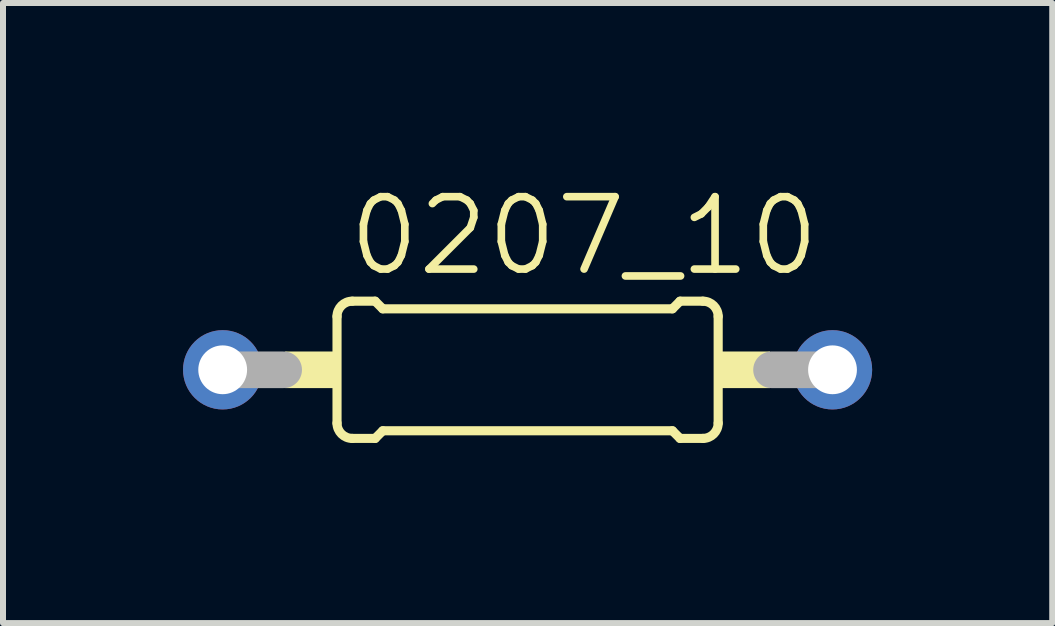
<source format=kicad_pcb>
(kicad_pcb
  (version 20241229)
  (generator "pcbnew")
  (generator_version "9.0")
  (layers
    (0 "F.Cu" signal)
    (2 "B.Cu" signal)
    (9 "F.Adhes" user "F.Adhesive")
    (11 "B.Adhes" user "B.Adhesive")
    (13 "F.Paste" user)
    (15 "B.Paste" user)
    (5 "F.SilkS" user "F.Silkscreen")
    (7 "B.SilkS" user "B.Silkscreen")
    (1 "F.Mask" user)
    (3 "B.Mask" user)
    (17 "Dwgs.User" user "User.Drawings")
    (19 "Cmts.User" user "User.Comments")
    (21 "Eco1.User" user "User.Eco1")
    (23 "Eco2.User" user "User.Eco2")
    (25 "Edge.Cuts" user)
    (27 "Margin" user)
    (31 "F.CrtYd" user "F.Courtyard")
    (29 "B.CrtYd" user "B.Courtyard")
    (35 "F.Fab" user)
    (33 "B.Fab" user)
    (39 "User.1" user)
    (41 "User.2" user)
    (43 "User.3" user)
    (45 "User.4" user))
  (footprint "0207_10"
    (layer "F.Cu")
    (at 5.74 3.111)
    (property "Reference" "0207_10" (at -3.048 -1.524 0) (layer "F.SilkS") (effects (font (size 1.206 1.206) (thickness 0.127)) (justify left bottom)))
    (attr through_hole)
    (fp_line (start -3.175 0.889) (end -3.175 -0.889) (stroke (width 0.152) (type solid)) (layer "F.SilkS"))
    (fp_line (start -2.921 -1.143) (end -2.54 -1.143) (stroke (width 0.152) (type solid)) (layer "F.SilkS"))
    (fp_line (start -2.921 1.143) (end -2.54 1.143) (stroke (width 0.152) (type solid)) (layer "F.SilkS"))
    (fp_line (start -2.413 -1.016) (end -2.54 -1.143) (stroke (width 0.152) (type solid)) (layer "F.SilkS"))
    (fp_line (start -2.413 1.016) (end -2.54 1.143) (stroke (width 0.152) (type solid)) (layer "F.SilkS"))
    (fp_line (start 2.413 -1.016) (end -2.413 -1.016) (stroke (width 0.152) (type solid)) (layer "F.SilkS"))
    (fp_line (start 2.413 -1.016) (end 2.54 -1.143) (stroke (width 0.152) (type solid)) (layer "F.SilkS"))
    (fp_line (start 2.413 1.016) (end -2.413 1.016) (stroke (width 0.152) (type solid)) (layer "F.SilkS"))
    (fp_line (start 2.413 1.016) (end 2.54 1.143) (stroke (width 0.152) (type solid)) (layer "F.SilkS"))
    (fp_line (start 2.921 -1.143) (end 2.54 -1.143) (stroke (width 0.152) (type solid)) (layer "F.SilkS"))
    (fp_line (start 2.921 1.143) (end 2.54 1.143) (stroke (width 0.152) (type solid)) (layer "F.SilkS"))
    (fp_line (start 3.175 0.889) (end 3.175 -0.889) (stroke (width 0.152) (type solid)) (layer "F.SilkS"))
    (fp_arc (start -3.175 -0.889) (mid -3.100605 -1.068605) (end -2.921 -1.143) (stroke (width 0.1524) (type solid)) (layer "F.SilkS"))
    (fp_arc (start -2.921 1.143) (mid -3.100605 1.068605) (end -3.175 0.889) (stroke (width 0.1524) (type solid)) (layer "F.SilkS"))
    (fp_arc (start 2.921 -1.143) (mid 3.100605 -1.068605) (end 3.175 -0.889) (stroke (width 0.1524) (type solid)) (layer "F.SilkS"))
    (fp_arc (start 3.175 0.889) (mid 3.100605 1.068605) (end 2.921 1.143) (stroke (width 0.1524) (type solid)) (layer "F.SilkS"))
    (fp_poly (pts (xy -4.039 0.305) (xy -3.175 0.305) (xy -3.175 -0.305) (xy -4.039 -0.305)) (stroke (width 0) (type solid)) (fill yes) (layer "F.SilkS"))
    (fp_poly (pts (xy 3.175 0.305) (xy 4.039 0.305) (xy 4.039 -0.305) (xy 3.175 -0.305)) (stroke (width 0) (type solid)) (fill yes) (layer "F.SilkS"))
    (fp_line (start -5.08 0) (end -4.064 0) (stroke (width 0.61) (type solid)) (layer "F.Fab"))
    (fp_line (start 5.08 0) (end 4.064 0) (stroke (width 0.61) (type solid)) (layer "F.Fab"))
    (pad "1" thru_hole circle (at -5.08 0) (size 1.321 1.321) (drill 0.813) (layers "*.Cu" "*.Mask"))
    (pad "2" thru_hole circle (at 5.08 0) (size 1.321 1.321) (drill 0.813) (layers "*.Cu" "*.Mask")))
  (gr_rect
    (start -3 -3)
    (end 14.481 7.331)
    (stroke (width 0.1) (type default))
    (fill no)
    (layer "Edge.Cuts")))
</source>
